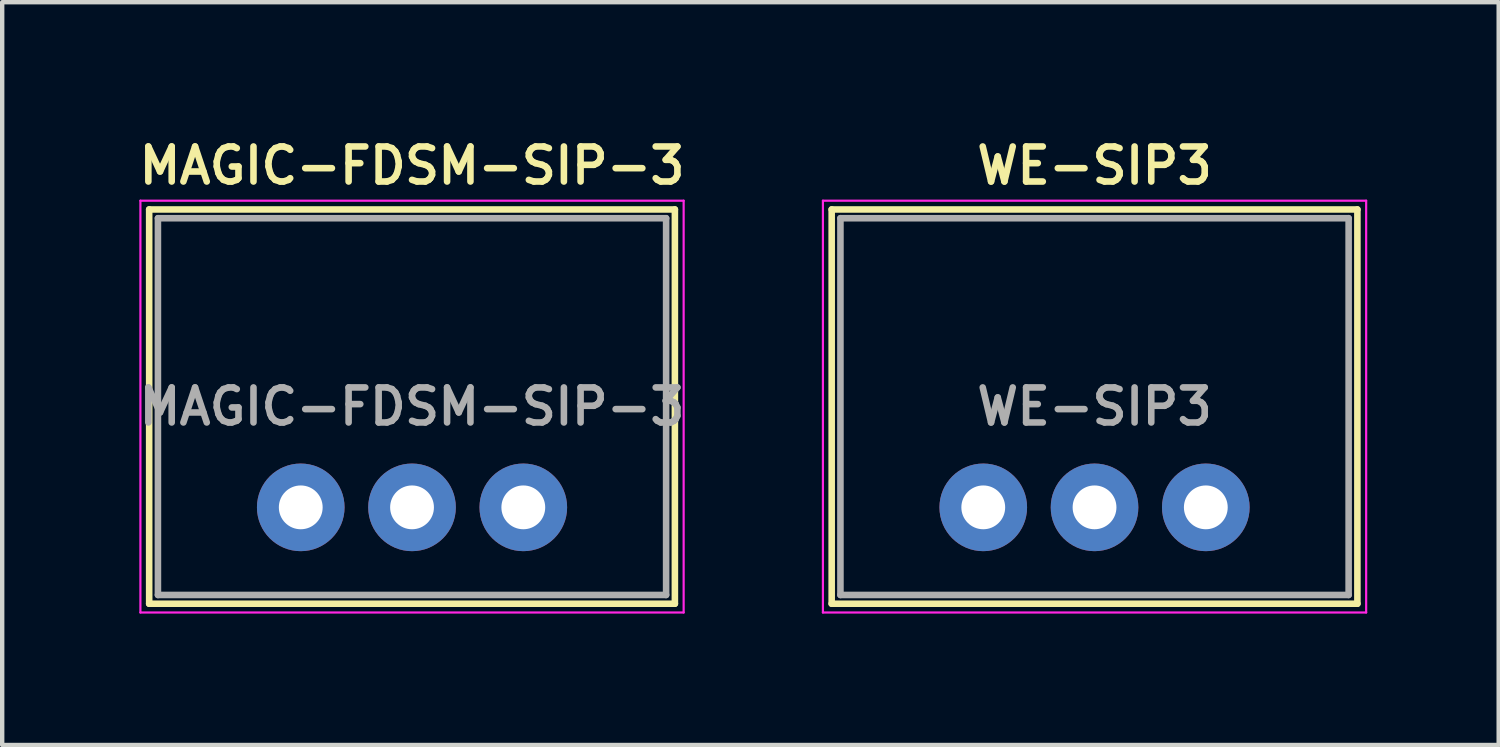
<source format=kicad_pcb>
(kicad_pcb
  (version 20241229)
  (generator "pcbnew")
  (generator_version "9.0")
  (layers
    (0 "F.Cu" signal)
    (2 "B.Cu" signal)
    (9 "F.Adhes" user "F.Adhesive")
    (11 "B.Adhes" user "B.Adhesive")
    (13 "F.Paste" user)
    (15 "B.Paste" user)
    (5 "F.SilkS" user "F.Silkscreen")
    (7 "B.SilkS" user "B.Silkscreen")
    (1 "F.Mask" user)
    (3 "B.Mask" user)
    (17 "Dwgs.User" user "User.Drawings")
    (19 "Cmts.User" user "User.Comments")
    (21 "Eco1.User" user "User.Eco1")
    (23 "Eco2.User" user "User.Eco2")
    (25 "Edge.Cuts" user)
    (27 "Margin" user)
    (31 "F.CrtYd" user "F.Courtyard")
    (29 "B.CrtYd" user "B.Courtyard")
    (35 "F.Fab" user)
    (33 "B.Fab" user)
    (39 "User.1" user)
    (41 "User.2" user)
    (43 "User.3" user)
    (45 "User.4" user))
  (footprint "MAGIC-FDSM-SIP-3"
    (layer "F.Cu")
    (at 6.355 6.231)
    (property "Reference" "MAGIC-FDSM-SIP-3" (at 0 -5.5 0) (layer "F.SilkS") (effects (font (size 0.8 0.8) (thickness 0.15))))
    (attr through_hole)
    (fp_line (start -6 -4.5) (end -6 4.5) (stroke (width 0.15) (type solid)) (layer "F.SilkS"))
    (fp_line (start -6 4.5) (end 6 4.5) (stroke (width 0.15) (type solid)) (layer "F.SilkS"))
    (fp_line (start 6 -4.5) (end -6 -4.5) (stroke (width 0.15) (type solid)) (layer "F.SilkS"))
    (fp_line (start 6 4.5) (end 6 -4.5) (stroke (width 0.15) (type solid)) (layer "F.SilkS"))
    (fp_line (start -6.2 -4.7) (end 6.2 -4.7) (stroke (width 0.05) (type solid)) (layer "F.CrtYd"))
    (fp_line (start -6.2 4.7) (end -6.2 -4.7) (stroke (width 0.05) (type solid)) (layer "F.CrtYd"))
    (fp_line (start 6.2 -4.7) (end 6.2 4.7) (stroke (width 0.05) (type solid)) (layer "F.CrtYd"))
    (fp_line (start 6.2 4.7) (end -6.2 4.7) (stroke (width 0.05) (type solid)) (layer "F.CrtYd"))
    (fp_line (start -5.8 -4.3) (end 5.8 -4.3) (stroke (width 0.15) (type solid)) (layer "F.Fab"))
    (fp_line (start -5.8 4.3) (end -5.8 -4.3) (stroke (width 0.15) (type solid)) (layer "F.Fab"))
    (fp_line (start -5.8 4.3) (end 5.8 4.3) (stroke (width 0.15) (type solid)) (layer "F.Fab"))
    (fp_line (start -2.89 2.15) (end -2.19 2.15) (stroke (width 0.15) (type solid)) (layer "F.Fab"))
    (fp_line (start -2.89 2.45) (end -2.89 2.15) (stroke (width 0.15) (type solid)) (layer "F.Fab"))
    (fp_line (start -2.19 2.15) (end -2.19 2.45) (stroke (width 0.15) (type solid)) (layer "F.Fab"))
    (fp_line (start -2.19 2.45) (end -2.89 2.45) (stroke (width 0.15) (type solid)) (layer "F.Fab"))
    (fp_line (start -0.35 2.15) (end 0.35 2.15) (stroke (width 0.15) (type solid)) (layer "F.Fab"))
    (fp_line (start -0.35 2.45) (end -0.35 2.15) (stroke (width 0.15) (type solid)) (layer "F.Fab"))
    (fp_line (start 0.35 2.15) (end 0.35 2.45) (stroke (width 0.15) (type solid)) (layer "F.Fab"))
    (fp_line (start 0.35 2.45) (end -0.35 2.45) (stroke (width 0.15) (type solid)) (layer "F.Fab"))
    (fp_line (start 2.19 2.15) (end 2.89 2.15) (stroke (width 0.15) (type solid)) (layer "F.Fab"))
    (fp_line (start 2.19 2.45) (end 2.19 2.15) (stroke (width 0.15) (type solid)) (layer "F.Fab"))
    (fp_line (start 2.89 2.15) (end 2.89 2.45) (stroke (width 0.15) (type solid)) (layer "F.Fab"))
    (fp_line (start 2.89 2.45) (end 2.19 2.45) (stroke (width 0.15) (type solid)) (layer "F.Fab"))
    (fp_line (start 5.8 4.3) (end 5.8 -4.3) (stroke (width 0.15) (type solid)) (layer "F.Fab"))
    (fp_text user "${REFERENCE}" (at 0 0 0) (layer "F.Fab") (effects (font (size 0.8 0.8) (thickness 0.15))))
    (pad "1" thru_hole circle (at -2.54 2.3) (size 2 2) (drill 1) (layers "*.Cu" "*.Mask"))
    (pad "2" thru_hole circle (at 0 2.3) (size 2 2) (drill 1) (layers "*.Cu" "*.Mask"))
    (pad "3" thru_hole circle (at 2.54 2.3) (size 2 2) (drill 1) (layers "*.Cu" "*.Mask")))
  (footprint "WE-SIP3"
    (layer "F.Cu")
    (at 21.934 6.231)
    (property "Reference" "WE-SIP3" (at 0 -5.5 0) (layer "F.SilkS") (effects (font (size 0.8 0.8) (thickness 0.15))))
    (attr through_hole)
    (fp_line (start -6 -4.5) (end -6 4.5) (stroke (width 0.15) (type solid)) (layer "F.SilkS"))
    (fp_line (start -6 4.5) (end 6 4.5) (stroke (width 0.15) (type solid)) (layer "F.SilkS"))
    (fp_line (start 6 -4.5) (end -6 -4.5) (stroke (width 0.15) (type solid)) (layer "F.SilkS"))
    (fp_line (start 6 4.5) (end 6 -4.5) (stroke (width 0.15) (type solid)) (layer "F.SilkS"))
    (fp_line (start -6.2 -4.7) (end 6.2 -4.7) (stroke (width 0.05) (type solid)) (layer "F.CrtYd"))
    (fp_line (start -6.2 4.7) (end -6.2 -4.7) (stroke (width 0.05) (type solid)) (layer "F.CrtYd"))
    (fp_line (start 6.2 -4.7) (end 6.2 4.7) (stroke (width 0.05) (type solid)) (layer "F.CrtYd"))
    (fp_line (start 6.2 4.7) (end -6.2 4.7) (stroke (width 0.05) (type solid)) (layer "F.CrtYd"))
    (fp_line (start -5.8 -4.3) (end 5.8 -4.3) (stroke (width 0.15) (type solid)) (layer "F.Fab"))
    (fp_line (start -5.8 4.3) (end -5.8 -4.3) (stroke (width 0.15) (type solid)) (layer "F.Fab"))
    (fp_line (start -5.8 4.3) (end 5.8 4.3) (stroke (width 0.15) (type solid)) (layer "F.Fab"))
    (fp_line (start -2.89 2.15) (end -2.19 2.15) (stroke (width 0.15) (type solid)) (layer "F.Fab"))
    (fp_line (start -2.89 2.45) (end -2.89 2.15) (stroke (width 0.15) (type solid)) (layer "F.Fab"))
    (fp_line (start -2.19 2.15) (end -2.19 2.45) (stroke (width 0.15) (type solid)) (layer "F.Fab"))
    (fp_line (start -2.19 2.45) (end -2.89 2.45) (stroke (width 0.15) (type solid)) (layer "F.Fab"))
    (fp_line (start -0.35 2.15) (end 0.35 2.15) (stroke (width 0.15) (type solid)) (layer "F.Fab"))
    (fp_line (start -0.35 2.45) (end -0.35 2.15) (stroke (width 0.15) (type solid)) (layer "F.Fab"))
    (fp_line (start 0.35 2.15) (end 0.35 2.45) (stroke (width 0.15) (type solid)) (layer "F.Fab"))
    (fp_line (start 0.35 2.45) (end -0.35 2.45) (stroke (width 0.15) (type solid)) (layer "F.Fab"))
    (fp_line (start 2.19 2.15) (end 2.89 2.15) (stroke (width 0.15) (type solid)) (layer "F.Fab"))
    (fp_line (start 2.19 2.45) (end 2.19 2.15) (stroke (width 0.15) (type solid)) (layer "F.Fab"))
    (fp_line (start 2.89 2.15) (end 2.89 2.45) (stroke (width 0.15) (type solid)) (layer "F.Fab"))
    (fp_line (start 2.89 2.45) (end 2.19 2.45) (stroke (width 0.15) (type solid)) (layer "F.Fab"))
    (fp_line (start 5.8 4.3) (end 5.8 -4.3) (stroke (width 0.15) (type solid)) (layer "F.Fab"))
    (fp_text user "${REFERENCE}" (at 0 0 0) (layer "F.Fab") (effects (font (size 0.8 0.8) (thickness 0.15))))
    (pad "1" thru_hole circle (at -2.54 2.3) (size 2 2) (drill 1) (layers "*.Cu" "*.Mask"))
    (pad "2" thru_hole circle (at 0 2.3) (size 2 2) (drill 1) (layers "*.Cu" "*.Mask"))
    (pad "3" thru_hole circle (at 2.54 2.3) (size 2 2) (drill 1) (layers "*.Cu" "*.Mask")))
  (gr_rect
    (start -3 -3)
    (end 31.159 13.956)
    (stroke (width 0.1) (type default))
    (fill no)
    (layer "Edge.Cuts")))
</source>
